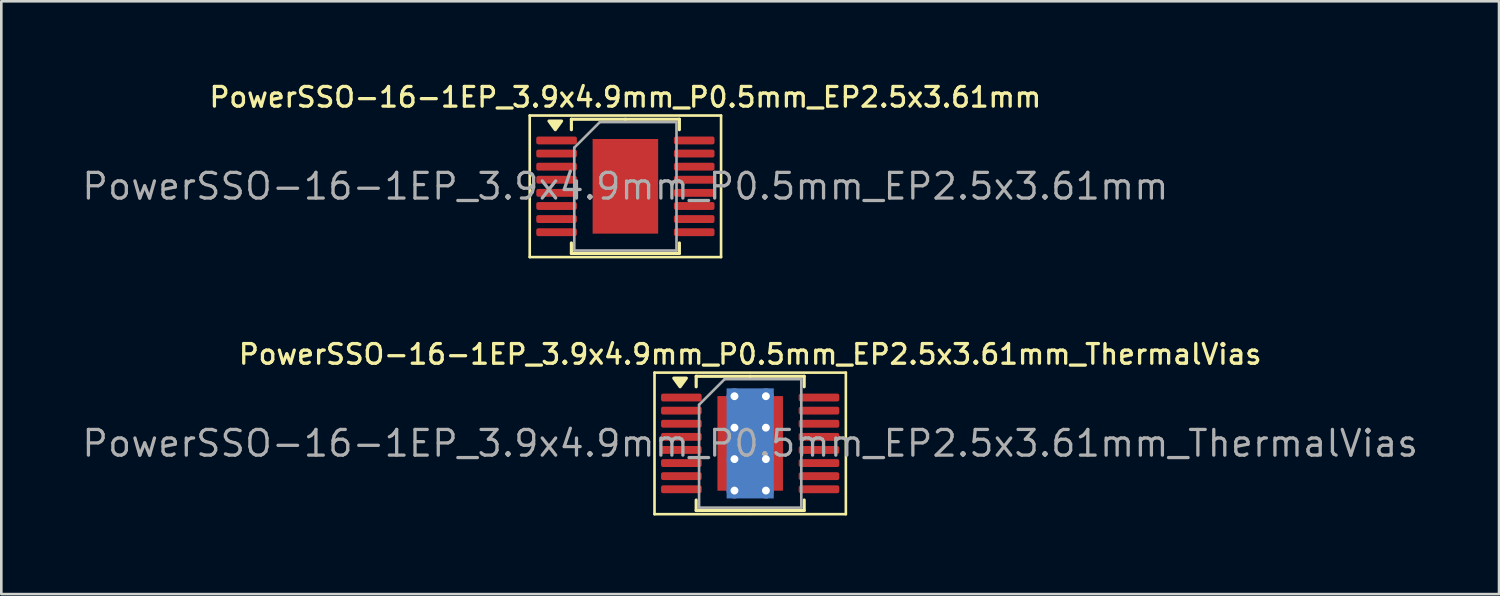
<source format=kicad_pcb>
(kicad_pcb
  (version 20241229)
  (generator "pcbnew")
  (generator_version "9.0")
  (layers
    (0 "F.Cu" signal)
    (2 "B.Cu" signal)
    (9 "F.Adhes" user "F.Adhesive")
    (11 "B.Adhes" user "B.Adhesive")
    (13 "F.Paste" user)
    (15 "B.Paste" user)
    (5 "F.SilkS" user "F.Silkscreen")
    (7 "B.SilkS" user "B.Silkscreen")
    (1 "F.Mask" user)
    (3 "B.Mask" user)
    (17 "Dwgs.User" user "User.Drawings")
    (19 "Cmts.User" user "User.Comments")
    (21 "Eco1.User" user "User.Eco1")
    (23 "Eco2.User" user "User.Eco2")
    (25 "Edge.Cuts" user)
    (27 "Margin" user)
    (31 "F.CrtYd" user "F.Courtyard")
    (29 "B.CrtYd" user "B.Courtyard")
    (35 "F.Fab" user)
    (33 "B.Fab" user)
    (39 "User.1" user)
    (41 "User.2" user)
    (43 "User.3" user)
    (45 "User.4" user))
  (footprint "PowerSSO-16-1EP_3.9x4.9mm_P0.5mm_EP2.5x3.61mm"
    (layer "F.Cu")
    (at 20.809 4.058)
    (property "Reference" "PowerSSO-16-1EP_3.9x4.9mm_P0.5mm_EP2.5x3.61mm" (at 0 -3.4 0) (layer "F.SilkS") (effects (font (size 0.75 0.75) (thickness 0.125))))
    (attr smd)
    (fp_line (start -3.65 -2.7) (end -3.65 2.7) (stroke (width 0.1) (type solid)) (layer "F.SilkS"))
    (fp_line (start -3.65 2.7) (end 3.65 2.7) (stroke (width 0.1) (type solid)) (layer "F.SilkS"))
    (fp_line (start -2.06 -2.56) (end -2.06 -2.16) (stroke (width 0.12) (type solid)) (layer "F.SilkS"))
    (fp_line (start -2.06 2.56) (end -2.06 2.16) (stroke (width 0.12) (type solid)) (layer "F.SilkS"))
    (fp_line (start 0 -2.56) (end -2.06 -2.56) (stroke (width 0.12) (type solid)) (layer "F.SilkS"))
    (fp_line (start 0 -2.56) (end 2.06 -2.56) (stroke (width 0.12) (type solid)) (layer "F.SilkS"))
    (fp_line (start 0 2.56) (end -2.06 2.56) (stroke (width 0.12) (type solid)) (layer "F.SilkS"))
    (fp_line (start 0 2.56) (end 2.06 2.56) (stroke (width 0.12) (type solid)) (layer "F.SilkS"))
    (fp_line (start 2.06 -2.56) (end 2.06 -2.16) (stroke (width 0.12) (type solid)) (layer "F.SilkS"))
    (fp_line (start 2.06 2.56) (end 2.06 2.16) (stroke (width 0.12) (type solid)) (layer "F.SilkS"))
    (fp_line (start 3.65 -2.7) (end -3.65 -2.7) (stroke (width 0.1) (type solid)) (layer "F.SilkS"))
    (fp_line (start 3.65 2.7) (end 3.65 -2.7) (stroke (width 0.1) (type solid)) (layer "F.SilkS"))
    (fp_poly (pts (xy -2.675 -2.16) (xy -2.915 -2.49) (xy -2.435 -2.49) (xy -2.675 -2.16)) (stroke (width 0.12) (type solid)) (fill yes) (layer "F.SilkS"))
    (fp_line (start -1.95 -1.475) (end -0.975 -2.45) (stroke (width 0.1) (type solid)) (layer "F.Fab"))
    (fp_line (start -1.95 2.45) (end -1.95 -1.475) (stroke (width 0.1) (type solid)) (layer "F.Fab"))
    (fp_line (start -0.975 -2.45) (end 1.95 -2.45) (stroke (width 0.1) (type solid)) (layer "F.Fab"))
    (fp_line (start 1.95 -2.45) (end 1.95 2.45) (stroke (width 0.1) (type solid)) (layer "F.Fab"))
    (fp_line (start 1.95 2.45) (end -1.95 2.45) (stroke (width 0.1) (type solid)) (layer "F.Fab"))
    (fp_text user "${REFERENCE}" (at 0 0 0) (layer "F.Fab") (effects (font (size 0.98 0.98) (thickness 0.125))))
    (pad "" smd roundrect (at 0 0) (size 2.02 2.91) (layers "F.Paste") (roundrect_rratio 0.124))
    (pad "1" smd roundrect (at -2.625 -1.75) (size 1.55 0.3) (layers "F.Cu" "F.Mask" "F.Paste") (roundrect_rratio 0.25))
    (pad "2" smd roundrect (at -2.625 -1.25) (size 1.55 0.3) (layers "F.Cu" "F.Mask" "F.Paste") (roundrect_rratio 0.25))
    (pad "3" smd roundrect (at -2.625 -0.75) (size 1.55 0.3) (layers "F.Cu" "F.Mask" "F.Paste") (roundrect_rratio 0.25))
    (pad "4" smd roundrect (at -2.625 -0.25) (size 1.55 0.3) (layers "F.Cu" "F.Mask" "F.Paste") (roundrect_rratio 0.25))
    (pad "5" smd roundrect (at -2.625 0.25) (size 1.55 0.3) (layers "F.Cu" "F.Mask" "F.Paste") (roundrect_rratio 0.25))
    (pad "6" smd roundrect (at -2.625 0.75) (size 1.55 0.3) (layers "F.Cu" "F.Mask" "F.Paste") (roundrect_rratio 0.25))
    (pad "7" smd roundrect (at -2.625 1.25) (size 1.55 0.3) (layers "F.Cu" "F.Mask" "F.Paste") (roundrect_rratio 0.25))
    (pad "8" smd roundrect (at -2.625 1.75) (size 1.55 0.3) (layers "F.Cu" "F.Mask" "F.Paste") (roundrect_rratio 0.25))
    (pad "9" smd roundrect (at 2.625 1.75) (size 1.55 0.3) (layers "F.Cu" "F.Mask" "F.Paste") (roundrect_rratio 0.25))
    (pad "10" smd roundrect (at 2.625 1.25) (size 1.55 0.3) (layers "F.Cu" "F.Mask" "F.Paste") (roundrect_rratio 0.25))
    (pad "11" smd roundrect (at 2.625 0.75) (size 1.55 0.3) (layers "F.Cu" "F.Mask" "F.Paste") (roundrect_rratio 0.25))
    (pad "12" smd roundrect (at 2.625 0.25) (size 1.55 0.3) (layers "F.Cu" "F.Mask" "F.Paste") (roundrect_rratio 0.25))
    (pad "13" smd roundrect (at 2.625 -0.25) (size 1.55 0.3) (layers "F.Cu" "F.Mask" "F.Paste") (roundrect_rratio 0.25))
    (pad "14" smd roundrect (at 2.625 -0.75) (size 1.55 0.3) (layers "F.Cu" "F.Mask" "F.Paste") (roundrect_rratio 0.25))
    (pad "15" smd roundrect (at 2.625 -1.25) (size 1.55 0.3) (layers "F.Cu" "F.Mask" "F.Paste") (roundrect_rratio 0.25))
    (pad "16" smd roundrect (at 2.625 -1.75) (size 1.55 0.3) (layers "F.Cu" "F.Mask" "F.Paste") (roundrect_rratio 0.25))
    (pad "17" smd rect (at 0 0) (size 2.5 3.61) (property pad_prop_heatsink) (layers "F.Cu" "F.Mask")))
  (footprint "PowerSSO-16-1EP_3.9x4.9mm_P0.5mm_EP2.5x3.61mm_ThermalVias"
    (layer "F.Cu")
    (at 25.57 13.866)
    (property "Reference" "PowerSSO-16-1EP_3.9x4.9mm_P0.5mm_EP2.5x3.61mm_ThermalVias" (at 0 -3.4 0) (layer "F.SilkS") (effects (font (size 0.75 0.75) (thickness 0.125))))
    (attr smd)
    (fp_line (start -3.65 -2.7) (end -3.65 2.7) (stroke (width 0.1) (type solid)) (layer "F.SilkS"))
    (fp_line (start -3.65 2.7) (end 3.65 2.7) (stroke (width 0.1) (type solid)) (layer "F.SilkS"))
    (fp_line (start -2.06 -2.56) (end -2.06 -2.16) (stroke (width 0.12) (type solid)) (layer "F.SilkS"))
    (fp_line (start -2.06 2.56) (end -2.06 2.16) (stroke (width 0.12) (type solid)) (layer "F.SilkS"))
    (fp_line (start 0 -2.56) (end -2.06 -2.56) (stroke (width 0.12) (type solid)) (layer "F.SilkS"))
    (fp_line (start 0 -2.56) (end 2.06 -2.56) (stroke (width 0.12) (type solid)) (layer "F.SilkS"))
    (fp_line (start 0 2.56) (end -2.06 2.56) (stroke (width 0.12) (type solid)) (layer "F.SilkS"))
    (fp_line (start 0 2.56) (end 2.06 2.56) (stroke (width 0.12) (type solid)) (layer "F.SilkS"))
    (fp_line (start 2.06 -2.56) (end 2.06 -2.16) (stroke (width 0.12) (type solid)) (layer "F.SilkS"))
    (fp_line (start 2.06 2.56) (end 2.06 2.16) (stroke (width 0.12) (type solid)) (layer "F.SilkS"))
    (fp_line (start 3.65 -2.7) (end -3.65 -2.7) (stroke (width 0.1) (type solid)) (layer "F.SilkS"))
    (fp_line (start 3.65 2.7) (end 3.65 -2.7) (stroke (width 0.1) (type solid)) (layer "F.SilkS"))
    (fp_poly (pts (xy -2.675 -2.16) (xy -2.915 -2.49) (xy -2.435 -2.49) (xy -2.675 -2.16)) (stroke (width 0.12) (type solid)) (fill yes) (layer "F.SilkS"))
    (fp_line (start -1.95 -1.475) (end -0.975 -2.45) (stroke (width 0.1) (type solid)) (layer "F.Fab"))
    (fp_line (start -1.95 2.45) (end -1.95 -1.475) (stroke (width 0.1) (type solid)) (layer "F.Fab"))
    (fp_line (start -0.975 -2.45) (end 1.95 -2.45) (stroke (width 0.1) (type solid)) (layer "F.Fab"))
    (fp_line (start 1.95 -2.45) (end 1.95 2.45) (stroke (width 0.1) (type solid)) (layer "F.Fab"))
    (fp_line (start 1.95 2.45) (end -1.95 2.45) (stroke (width 0.1) (type solid)) (layer "F.Fab"))
    (fp_text user "${REFERENCE}" (at 0 0 0) (layer "F.Fab") (effects (font (size 0.98 0.98) (thickness 0.125))))
    (pad "" smd roundrect (at 0 0) (size 2.02 2.91) (layers "F.Paste") (roundrect_rratio 0.124))
    (pad "1" smd roundrect (at -2.625 -1.75) (size 1.55 0.3) (layers "F.Cu" "F.Mask" "F.Paste") (roundrect_rratio 0.25))
    (pad "2" smd roundrect (at -2.625 -1.25) (size 1.55 0.3) (layers "F.Cu" "F.Mask" "F.Paste") (roundrect_rratio 0.25))
    (pad "3" smd roundrect (at -2.625 -0.75) (size 1.55 0.3) (layers "F.Cu" "F.Mask" "F.Paste") (roundrect_rratio 0.25))
    (pad "4" smd roundrect (at -2.625 -0.25) (size 1.55 0.3) (layers "F.Cu" "F.Mask" "F.Paste") (roundrect_rratio 0.25))
    (pad "5" smd roundrect (at -2.625 0.25) (size 1.55 0.3) (layers "F.Cu" "F.Mask" "F.Paste") (roundrect_rratio 0.25))
    (pad "6" smd roundrect (at -2.625 0.75) (size 1.55 0.3) (layers "F.Cu" "F.Mask" "F.Paste") (roundrect_rratio 0.25))
    (pad "7" smd roundrect (at -2.625 1.25) (size 1.55 0.3) (layers "F.Cu" "F.Mask" "F.Paste") (roundrect_rratio 0.25))
    (pad "8" smd roundrect (at -2.625 1.75) (size 1.55 0.3) (layers "F.Cu" "F.Mask" "F.Paste") (roundrect_rratio 0.25))
    (pad "9" smd roundrect (at 2.625 1.75) (size 1.55 0.3) (layers "F.Cu" "F.Mask" "F.Paste") (roundrect_rratio 0.25))
    (pad "10" smd roundrect (at 2.625 1.25) (size 1.55 0.3) (layers "F.Cu" "F.Mask" "F.Paste") (roundrect_rratio 0.25))
    (pad "11" smd roundrect (at 2.625 0.75) (size 1.55 0.3) (layers "F.Cu" "F.Mask" "F.Paste") (roundrect_rratio 0.25))
    (pad "12" smd roundrect (at 2.625 0.25) (size 1.55 0.3) (layers "F.Cu" "F.Mask" "F.Paste") (roundrect_rratio 0.25))
    (pad "13" smd roundrect (at 2.625 -0.25) (size 1.55 0.3) (layers "F.Cu" "F.Mask" "F.Paste") (roundrect_rratio 0.25))
    (pad "14" smd roundrect (at 2.625 -0.75) (size 1.55 0.3) (layers "F.Cu" "F.Mask" "F.Paste") (roundrect_rratio 0.25))
    (pad "15" smd roundrect (at 2.625 -1.25) (size 1.55 0.3) (layers "F.Cu" "F.Mask" "F.Paste") (roundrect_rratio 0.25))
    (pad "16" smd roundrect (at 2.625 -1.75) (size 1.55 0.3) (layers "F.Cu" "F.Mask" "F.Paste") (roundrect_rratio 0.25))
    (pad "17" thru_hole circle (at -0.6 -1.8) (size 0.6 0.6) (drill 0.3) (property pad_prop_heatsink) (layers "*.Cu"))
    (pad "17" thru_hole circle (at -0.6 -0.6) (size 0.6 0.6) (drill 0.3) (property pad_prop_heatsink) (layers "*.Cu"))
    (pad "17" thru_hole circle (at -0.6 0.6) (size 0.6 0.6) (drill 0.3) (property pad_prop_heatsink) (layers "*.Cu"))
    (pad "17" thru_hole circle (at -0.6 1.8) (size 0.6 0.6) (drill 0.3) (property pad_prop_heatsink) (layers "*.Cu"))
    (pad "17" smd rect (at 0 0) (size 1.8 4.2) (property pad_prop_heatsink) (layers "B.Cu"))
    (pad "17" smd rect (at 0 0) (size 2.5 3.61) (property pad_prop_heatsink) (layers "F.Cu" "F.Mask"))
    (pad "17" thru_hole circle (at 0.6 -1.8) (size 0.6 0.6) (drill 0.3) (property pad_prop_heatsink) (layers "*.Cu"))
    (pad "17" thru_hole circle (at 0.6 -0.6) (size 0.6 0.6) (drill 0.3) (property pad_prop_heatsink) (layers "*.Cu"))
    (pad "17" thru_hole circle (at 0.6 0.6) (size 0.6 0.6) (drill 0.3) (property pad_prop_heatsink) (layers "*.Cu"))
    (pad "17" thru_hole circle (at 0.6 1.8) (size 0.6 0.6) (drill 0.3) (property pad_prop_heatsink) (layers "*.Cu")))
  (gr_rect
    (start -3 -3)
    (end 54.139 19.616)
    (stroke (width 0.1) (type default))
    (fill no)
    (layer "Edge.Cuts")))
</source>
